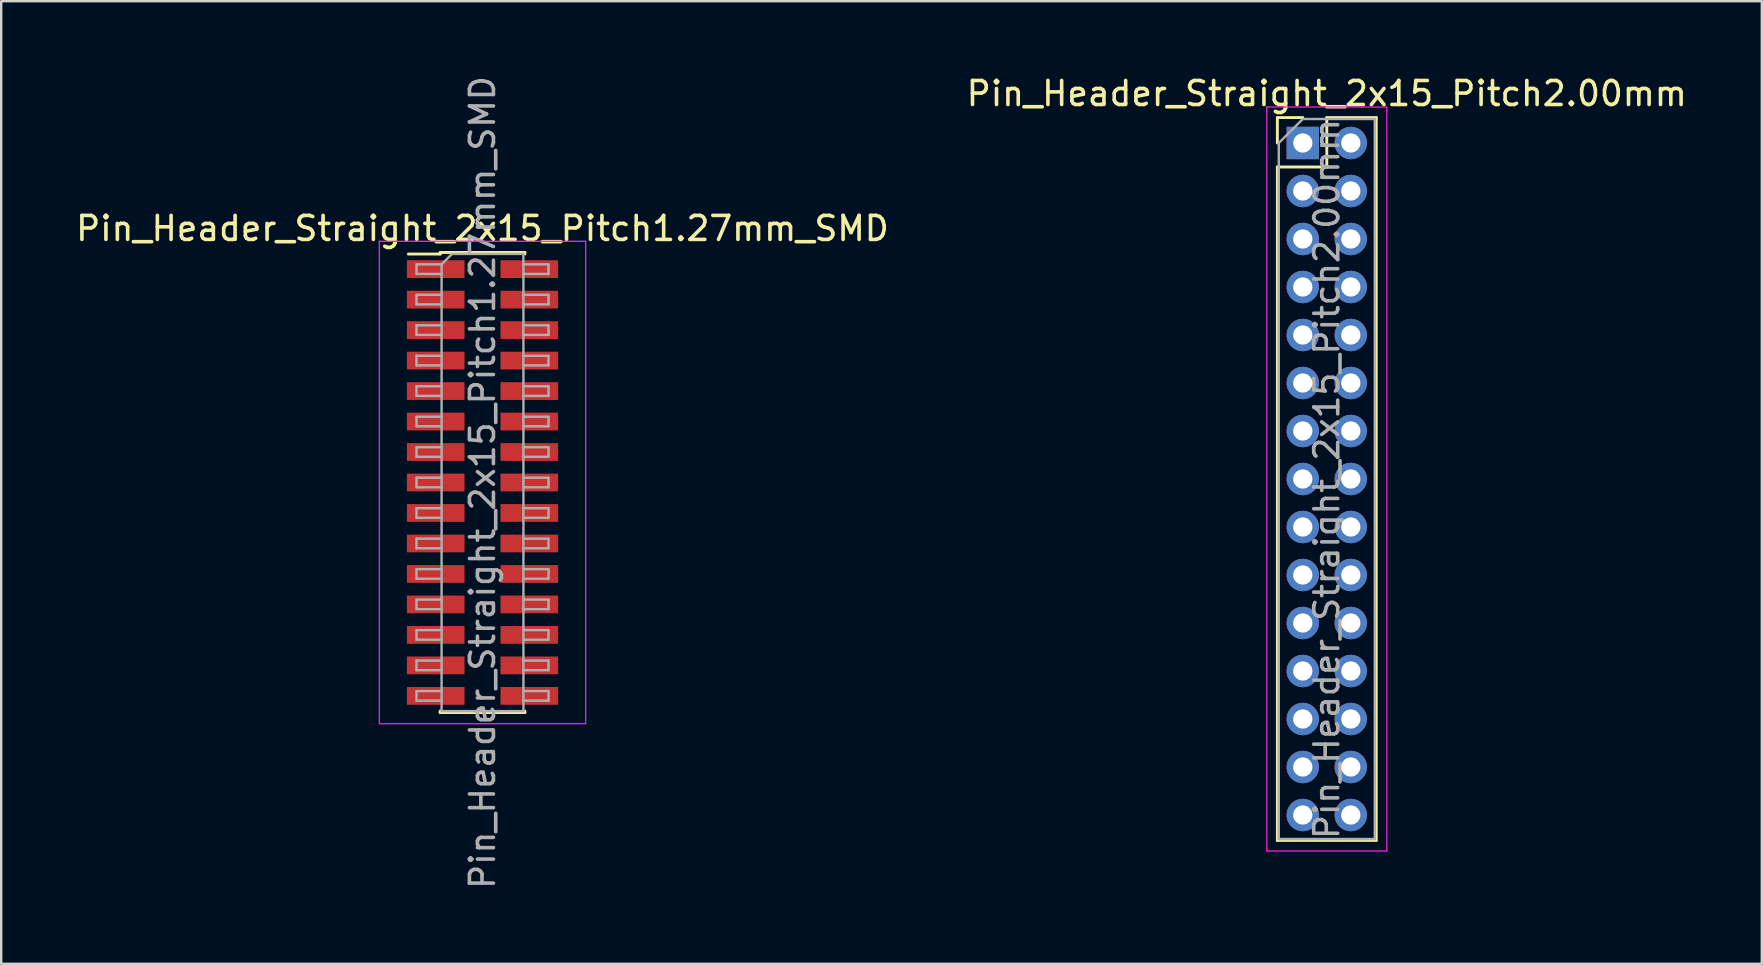
<source format=kicad_pcb>
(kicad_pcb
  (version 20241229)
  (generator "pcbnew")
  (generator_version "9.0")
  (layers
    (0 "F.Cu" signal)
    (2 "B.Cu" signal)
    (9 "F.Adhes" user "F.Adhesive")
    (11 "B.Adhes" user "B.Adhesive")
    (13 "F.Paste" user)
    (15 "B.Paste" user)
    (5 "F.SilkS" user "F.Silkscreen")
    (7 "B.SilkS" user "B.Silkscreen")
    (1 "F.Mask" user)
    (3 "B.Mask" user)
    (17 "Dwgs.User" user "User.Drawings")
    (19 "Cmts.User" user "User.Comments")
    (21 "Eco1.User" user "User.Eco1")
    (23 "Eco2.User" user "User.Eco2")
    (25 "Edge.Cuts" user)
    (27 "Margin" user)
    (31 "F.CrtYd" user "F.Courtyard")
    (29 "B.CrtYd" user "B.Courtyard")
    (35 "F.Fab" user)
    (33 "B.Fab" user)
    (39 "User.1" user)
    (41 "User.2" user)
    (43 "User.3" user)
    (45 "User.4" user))
  (footprint "Pin_Header_Straight_2x15_Pitch1.27mm_SMD"
    (layer "F.Cu")
    (at 17.054 17.054)
    (property "Reference" "Pin_Header_Straight_2x15_Pitch1.27mm_SMD" (at 0 -10.585 0) (layer "F.SilkS") (effects (font (size 1 1) (thickness 0.15))))
    (attr smd)
    (fp_line (start -3.09 -9.52) (end -1.765 -9.52) (stroke (width 0.12) (type solid)) (layer "F.SilkS"))
    (fp_line (start -1.765 -9.585) (end -1.765 -9.52) (stroke (width 0.12) (type solid)) (layer "F.SilkS"))
    (fp_line (start -1.765 -9.585) (end 1.765 -9.585) (stroke (width 0.12) (type solid)) (layer "F.SilkS"))
    (fp_line (start -1.765 9.52) (end -1.765 9.585) (stroke (width 0.12) (type solid)) (layer "F.SilkS"))
    (fp_line (start -1.765 9.585) (end 1.765 9.585) (stroke (width 0.12) (type solid)) (layer "F.SilkS"))
    (fp_line (start 1.765 -9.585) (end 1.765 -9.52) (stroke (width 0.12) (type solid)) (layer "F.SilkS"))
    (fp_line (start 1.765 9.52) (end 1.765 9.585) (stroke (width 0.12) (type solid)) (layer "F.SilkS"))
    (fp_line (start -4.3 -10.05) (end -4.3 10.05) (stroke (width 0.05) (type solid)) (layer "F.CrtYd"))
    (fp_line (start -4.3 10.05) (end 4.3 10.05) (stroke (width 0.05) (type solid)) (layer "F.CrtYd"))
    (fp_line (start 4.3 -10.05) (end -4.3 -10.05) (stroke (width 0.05) (type solid)) (layer "F.CrtYd"))
    (fp_line (start 4.3 10.05) (end 4.3 -10.05) (stroke (width 0.05) (type solid)) (layer "F.CrtYd"))
    (fp_line (start -2.75 -9.09) (end -2.75 -8.69) (stroke (width 0.1) (type solid)) (layer "F.Fab"))
    (fp_line (start -2.75 -8.69) (end -1.705 -8.69) (stroke (width 0.1) (type solid)) (layer "F.Fab"))
    (fp_line (start -2.75 -7.82) (end -2.75 -7.42) (stroke (width 0.1) (type solid)) (layer "F.Fab"))
    (fp_line (start -2.75 -7.42) (end -1.705 -7.42) (stroke (width 0.1) (type solid)) (layer "F.Fab"))
    (fp_line (start -2.75 -6.55) (end -2.75 -6.15) (stroke (width 0.1) (type solid)) (layer "F.Fab"))
    (fp_line (start -2.75 -6.15) (end -1.705 -6.15) (stroke (width 0.1) (type solid)) (layer "F.Fab"))
    (fp_line (start -2.75 -5.28) (end -2.75 -4.88) (stroke (width 0.1) (type solid)) (layer "F.Fab"))
    (fp_line (start -2.75 -4.88) (end -1.705 -4.88) (stroke (width 0.1) (type solid)) (layer "F.Fab"))
    (fp_line (start -2.75 -4.01) (end -2.75 -3.61) (stroke (width 0.1) (type solid)) (layer "F.Fab"))
    (fp_line (start -2.75 -3.61) (end -1.705 -3.61) (stroke (width 0.1) (type solid)) (layer "F.Fab"))
    (fp_line (start -2.75 -2.74) (end -2.75 -2.34) (stroke (width 0.1) (type solid)) (layer "F.Fab"))
    (fp_line (start -2.75 -2.34) (end -1.705 -2.34) (stroke (width 0.1) (type solid)) (layer "F.Fab"))
    (fp_line (start -2.75 -1.47) (end -2.75 -1.07) (stroke (width 0.1) (type solid)) (layer "F.Fab"))
    (fp_line (start -2.75 -1.07) (end -1.705 -1.07) (stroke (width 0.1) (type solid)) (layer "F.Fab"))
    (fp_line (start -2.75 -0.2) (end -2.75 0.2) (stroke (width 0.1) (type solid)) (layer "F.Fab"))
    (fp_line (start -2.75 0.2) (end -1.705 0.2) (stroke (width 0.1) (type solid)) (layer "F.Fab"))
    (fp_line (start -2.75 1.07) (end -2.75 1.47) (stroke (width 0.1) (type solid)) (layer "F.Fab"))
    (fp_line (start -2.75 1.47) (end -1.705 1.47) (stroke (width 0.1) (type solid)) (layer "F.Fab"))
    (fp_line (start -2.75 2.34) (end -2.75 2.74) (stroke (width 0.1) (type solid)) (layer "F.Fab"))
    (fp_line (start -2.75 2.74) (end -1.705 2.74) (stroke (width 0.1) (type solid)) (layer "F.Fab"))
    (fp_line (start -2.75 3.61) (end -2.75 4.01) (stroke (width 0.1) (type solid)) (layer "F.Fab"))
    (fp_line (start -2.75 4.01) (end -1.705 4.01) (stroke (width 0.1) (type solid)) (layer "F.Fab"))
    (fp_line (start -2.75 4.88) (end -2.75 5.28) (stroke (width 0.1) (type solid)) (layer "F.Fab"))
    (fp_line (start -2.75 5.28) (end -1.705 5.28) (stroke (width 0.1) (type solid)) (layer "F.Fab"))
    (fp_line (start -2.75 6.15) (end -2.75 6.55) (stroke (width 0.1) (type solid)) (layer "F.Fab"))
    (fp_line (start -2.75 6.55) (end -1.705 6.55) (stroke (width 0.1) (type solid)) (layer "F.Fab"))
    (fp_line (start -2.75 7.42) (end -2.75 7.82) (stroke (width 0.1) (type solid)) (layer "F.Fab"))
    (fp_line (start -2.75 7.82) (end -1.705 7.82) (stroke (width 0.1) (type solid)) (layer "F.Fab"))
    (fp_line (start -2.75 8.69) (end -2.75 9.09) (stroke (width 0.1) (type solid)) (layer "F.Fab"))
    (fp_line (start -2.75 9.09) (end -1.705 9.09) (stroke (width 0.1) (type solid)) (layer "F.Fab"))
    (fp_line (start -1.705 -9.09) (end -2.75 -9.09) (stroke (width 0.1) (type solid)) (layer "F.Fab"))
    (fp_line (start -1.705 -9.09) (end -1.27 -9.525) (stroke (width 0.1) (type solid)) (layer "F.Fab"))
    (fp_line (start -1.705 -7.82) (end -2.75 -7.82) (stroke (width 0.1) (type solid)) (layer "F.Fab"))
    (fp_line (start -1.705 -6.55) (end -2.75 -6.55) (stroke (width 0.1) (type solid)) (layer "F.Fab"))
    (fp_line (start -1.705 -5.28) (end -2.75 -5.28) (stroke (width 0.1) (type solid)) (layer "F.Fab"))
    (fp_line (start -1.705 -4.01) (end -2.75 -4.01) (stroke (width 0.1) (type solid)) (layer "F.Fab"))
    (fp_line (start -1.705 -2.74) (end -2.75 -2.74) (stroke (width 0.1) (type solid)) (layer "F.Fab"))
    (fp_line (start -1.705 -1.47) (end -2.75 -1.47) (stroke (width 0.1) (type solid)) (layer "F.Fab"))
    (fp_line (start -1.705 -0.2) (end -2.75 -0.2) (stroke (width 0.1) (type solid)) (layer "F.Fab"))
    (fp_line (start -1.705 1.07) (end -2.75 1.07) (stroke (width 0.1) (type solid)) (layer "F.Fab"))
    (fp_line (start -1.705 2.34) (end -2.75 2.34) (stroke (width 0.1) (type solid)) (layer "F.Fab"))
    (fp_line (start -1.705 3.61) (end -2.75 3.61) (stroke (width 0.1) (type solid)) (layer "F.Fab"))
    (fp_line (start -1.705 4.88) (end -2.75 4.88) (stroke (width 0.1) (type solid)) (layer "F.Fab"))
    (fp_line (start -1.705 6.15) (end -2.75 6.15) (stroke (width 0.1) (type solid)) (layer "F.Fab"))
    (fp_line (start -1.705 7.42) (end -2.75 7.42) (stroke (width 0.1) (type solid)) (layer "F.Fab"))
    (fp_line (start -1.705 8.69) (end -2.75 8.69) (stroke (width 0.1) (type solid)) (layer "F.Fab"))
    (fp_line (start -1.705 9.525) (end -1.705 -9.09) (stroke (width 0.1) (type solid)) (layer "F.Fab"))
    (fp_line (start -1.27 -9.525) (end 1.705 -9.525) (stroke (width 0.1) (type solid)) (layer "F.Fab"))
    (fp_line (start 1.705 -9.525) (end 1.705 9.525) (stroke (width 0.1) (type solid)) (layer "F.Fab"))
    (fp_line (start 1.705 -9.09) (end 2.75 -9.09) (stroke (width 0.1) (type solid)) (layer "F.Fab"))
    (fp_line (start 1.705 -7.82) (end 2.75 -7.82) (stroke (width 0.1) (type solid)) (layer "F.Fab"))
    (fp_line (start 1.705 -6.55) (end 2.75 -6.55) (stroke (width 0.1) (type solid)) (layer "F.Fab"))
    (fp_line (start 1.705 -5.28) (end 2.75 -5.28) (stroke (width 0.1) (type solid)) (layer "F.Fab"))
    (fp_line (start 1.705 -4.01) (end 2.75 -4.01) (stroke (width 0.1) (type solid)) (layer "F.Fab"))
    (fp_line (start 1.705 -2.74) (end 2.75 -2.74) (stroke (width 0.1) (type solid)) (layer "F.Fab"))
    (fp_line (start 1.705 -1.47) (end 2.75 -1.47) (stroke (width 0.1) (type solid)) (layer "F.Fab"))
    (fp_line (start 1.705 -0.2) (end 2.75 -0.2) (stroke (width 0.1) (type solid)) (layer "F.Fab"))
    (fp_line (start 1.705 1.07) (end 2.75 1.07) (stroke (width 0.1) (type solid)) (layer "F.Fab"))
    (fp_line (start 1.705 2.34) (end 2.75 2.34) (stroke (width 0.1) (type solid)) (layer "F.Fab"))
    (fp_line (start 1.705 3.61) (end 2.75 3.61) (stroke (width 0.1) (type solid)) (layer "F.Fab"))
    (fp_line (start 1.705 4.88) (end 2.75 4.88) (stroke (width 0.1) (type solid)) (layer "F.Fab"))
    (fp_line (start 1.705 6.15) (end 2.75 6.15) (stroke (width 0.1) (type solid)) (layer "F.Fab"))
    (fp_line (start 1.705 7.42) (end 2.75 7.42) (stroke (width 0.1) (type solid)) (layer "F.Fab"))
    (fp_line (start 1.705 8.69) (end 2.75 8.69) (stroke (width 0.1) (type solid)) (layer "F.Fab"))
    (fp_line (start 1.705 9.525) (end -1.705 9.525) (stroke (width 0.1) (type solid)) (layer "F.Fab"))
    (fp_line (start 2.75 -9.09) (end 2.75 -8.69) (stroke (width 0.1) (type solid)) (layer "F.Fab"))
    (fp_line (start 2.75 -8.69) (end 1.705 -8.69) (stroke (width 0.1) (type solid)) (layer "F.Fab"))
    (fp_line (start 2.75 -7.82) (end 2.75 -7.42) (stroke (width 0.1) (type solid)) (layer "F.Fab"))
    (fp_line (start 2.75 -7.42) (end 1.705 -7.42) (stroke (width 0.1) (type solid)) (layer "F.Fab"))
    (fp_line (start 2.75 -6.55) (end 2.75 -6.15) (stroke (width 0.1) (type solid)) (layer "F.Fab"))
    (fp_line (start 2.75 -6.15) (end 1.705 -6.15) (stroke (width 0.1) (type solid)) (layer "F.Fab"))
    (fp_line (start 2.75 -5.28) (end 2.75 -4.88) (stroke (width 0.1) (type solid)) (layer "F.Fab"))
    (fp_line (start 2.75 -4.88) (end 1.705 -4.88) (stroke (width 0.1) (type solid)) (layer "F.Fab"))
    (fp_line (start 2.75 -4.01) (end 2.75 -3.61) (stroke (width 0.1) (type solid)) (layer "F.Fab"))
    (fp_line (start 2.75 -3.61) (end 1.705 -3.61) (stroke (width 0.1) (type solid)) (layer "F.Fab"))
    (fp_line (start 2.75 -2.74) (end 2.75 -2.34) (stroke (width 0.1) (type solid)) (layer "F.Fab"))
    (fp_line (start 2.75 -2.34) (end 1.705 -2.34) (stroke (width 0.1) (type solid)) (layer "F.Fab"))
    (fp_line (start 2.75 -1.47) (end 2.75 -1.07) (stroke (width 0.1) (type solid)) (layer "F.Fab"))
    (fp_line (start 2.75 -1.07) (end 1.705 -1.07) (stroke (width 0.1) (type solid)) (layer "F.Fab"))
    (fp_line (start 2.75 -0.2) (end 2.75 0.2) (stroke (width 0.1) (type solid)) (layer "F.Fab"))
    (fp_line (start 2.75 0.2) (end 1.705 0.2) (stroke (width 0.1) (type solid)) (layer "F.Fab"))
    (fp_line (start 2.75 1.07) (end 2.75 1.47) (stroke (width 0.1) (type solid)) (layer "F.Fab"))
    (fp_line (start 2.75 1.47) (end 1.705 1.47) (stroke (width 0.1) (type solid)) (layer "F.Fab"))
    (fp_line (start 2.75 2.34) (end 2.75 2.74) (stroke (width 0.1) (type solid)) (layer "F.Fab"))
    (fp_line (start 2.75 2.74) (end 1.705 2.74) (stroke (width 0.1) (type solid)) (layer "F.Fab"))
    (fp_line (start 2.75 3.61) (end 2.75 4.01) (stroke (width 0.1) (type solid)) (layer "F.Fab"))
    (fp_line (start 2.75 4.01) (end 1.705 4.01) (stroke (width 0.1) (type solid)) (layer "F.Fab"))
    (fp_line (start 2.75 4.88) (end 2.75 5.28) (stroke (width 0.1) (type solid)) (layer "F.Fab"))
    (fp_line (start 2.75 5.28) (end 1.705 5.28) (stroke (width 0.1) (type solid)) (layer "F.Fab"))
    (fp_line (start 2.75 6.15) (end 2.75 6.55) (stroke (width 0.1) (type solid)) (layer "F.Fab"))
    (fp_line (start 2.75 6.55) (end 1.705 6.55) (stroke (width 0.1) (type solid)) (layer "F.Fab"))
    (fp_line (start 2.75 7.42) (end 2.75 7.82) (stroke (width 0.1) (type solid)) (layer "F.Fab"))
    (fp_line (start 2.75 7.82) (end 1.705 7.82) (stroke (width 0.1) (type solid)) (layer "F.Fab"))
    (fp_line (start 2.75 8.69) (end 2.75 9.09) (stroke (width 0.1) (type solid)) (layer "F.Fab"))
    (fp_line (start 2.75 9.09) (end 1.705 9.09) (stroke (width 0.1) (type solid)) (layer "F.Fab"))
    (fp_text user "${REFERENCE}" (at 0 0 90) (layer "F.Fab") (effects (font (size 1 1) (thickness 0.15))))
    (pad "1" smd rect (at -1.95 -8.89) (size 2.4 0.74) (layers "F.Cu" "F.Mask" "F.Paste"))
    (pad "2" smd rect (at 1.95 -8.89) (size 2.4 0.74) (layers "F.Cu" "F.Mask" "F.Paste"))
    (pad "3" smd rect (at -1.95 -7.62) (size 2.4 0.74) (layers "F.Cu" "F.Mask" "F.Paste"))
    (pad "4" smd rect (at 1.95 -7.62) (size 2.4 0.74) (layers "F.Cu" "F.Mask" "F.Paste"))
    (pad "5" smd rect (at -1.95 -6.35) (size 2.4 0.74) (layers "F.Cu" "F.Mask" "F.Paste"))
    (pad "6" smd rect (at 1.95 -6.35) (size 2.4 0.74) (layers "F.Cu" "F.Mask" "F.Paste"))
    (pad "7" smd rect (at -1.95 -5.08) (size 2.4 0.74) (layers "F.Cu" "F.Mask" "F.Paste"))
    (pad "8" smd rect (at 1.95 -5.08) (size 2.4 0.74) (layers "F.Cu" "F.Mask" "F.Paste"))
    (pad "9" smd rect (at -1.95 -3.81) (size 2.4 0.74) (layers "F.Cu" "F.Mask" "F.Paste"))
    (pad "10" smd rect (at 1.95 -3.81) (size 2.4 0.74) (layers "F.Cu" "F.Mask" "F.Paste"))
    (pad "11" smd rect (at -1.95 -2.54) (size 2.4 0.74) (layers "F.Cu" "F.Mask" "F.Paste"))
    (pad "12" smd rect (at 1.95 -2.54) (size 2.4 0.74) (layers "F.Cu" "F.Mask" "F.Paste"))
    (pad "13" smd rect (at -1.95 -1.27) (size 2.4 0.74) (layers "F.Cu" "F.Mask" "F.Paste"))
    (pad "14" smd rect (at 1.95 -1.27) (size 2.4 0.74) (layers "F.Cu" "F.Mask" "F.Paste"))
    (pad "15" smd rect (at -1.95 0) (size 2.4 0.74) (layers "F.Cu" "F.Mask" "F.Paste"))
    (pad "16" smd rect (at 1.95 0) (size 2.4 0.74) (layers "F.Cu" "F.Mask" "F.Paste"))
    (pad "17" smd rect (at -1.95 1.27) (size 2.4 0.74) (layers "F.Cu" "F.Mask" "F.Paste"))
    (pad "18" smd rect (at 1.95 1.27) (size 2.4 0.74) (layers "F.Cu" "F.Mask" "F.Paste"))
    (pad "19" smd rect (at -1.95 2.54) (size 2.4 0.74) (layers "F.Cu" "F.Mask" "F.Paste"))
    (pad "20" smd rect (at 1.95 2.54) (size 2.4 0.74) (layers "F.Cu" "F.Mask" "F.Paste"))
    (pad "21" smd rect (at -1.95 3.81) (size 2.4 0.74) (layers "F.Cu" "F.Mask" "F.Paste"))
    (pad "22" smd rect (at 1.95 3.81) (size 2.4 0.74) (layers "F.Cu" "F.Mask" "F.Paste"))
    (pad "23" smd rect (at -1.95 5.08) (size 2.4 0.74) (layers "F.Cu" "F.Mask" "F.Paste"))
    (pad "24" smd rect (at 1.95 5.08) (size 2.4 0.74) (layers "F.Cu" "F.Mask" "F.Paste"))
    (pad "25" smd rect (at -1.95 6.35) (size 2.4 0.74) (layers "F.Cu" "F.Mask" "F.Paste"))
    (pad "26" smd rect (at 1.95 6.35) (size 2.4 0.74) (layers "F.Cu" "F.Mask" "F.Paste"))
    (pad "27" smd rect (at -1.95 7.62) (size 2.4 0.74) (layers "F.Cu" "F.Mask" "F.Paste"))
    (pad "28" smd rect (at 1.95 7.62) (size 2.4 0.74) (layers "F.Cu" "F.Mask" "F.Paste"))
    (pad "29" smd rect (at -1.95 8.89) (size 2.4 0.74) (layers "F.Cu" "F.Mask" "F.Paste"))
    (pad "30" smd rect (at 1.95 8.89) (size 2.4 0.74) (layers "F.Cu" "F.Mask" "F.Paste")))
  (footprint "Pin_Header_Straight_2x15_Pitch2.00mm"
    (layer "F.Cu")
    (at 51.232 2.908)
    (property "Reference" "Pin_Header_Straight_2x15_Pitch2.00mm" (at 1 -2.06 0) (layer "F.SilkS") (effects (font (size 1 1) (thickness 0.15))))
    (attr through_hole)
    (fp_line (start -1.06 -1.06) (end 0 -1.06) (stroke (width 0.12) (type solid)) (layer "F.SilkS"))
    (fp_line (start -1.06 0) (end -1.06 -1.06) (stroke (width 0.12) (type solid)) (layer "F.SilkS"))
    (fp_line (start -1.06 1) (end -1.06 29.06) (stroke (width 0.12) (type solid)) (layer "F.SilkS"))
    (fp_line (start -1.06 1) (end 1 1) (stroke (width 0.12) (type solid)) (layer "F.SilkS"))
    (fp_line (start -1.06 29.06) (end 3.06 29.06) (stroke (width 0.12) (type solid)) (layer "F.SilkS"))
    (fp_line (start 1 -1.06) (end 3.06 -1.06) (stroke (width 0.12) (type solid)) (layer "F.SilkS"))
    (fp_line (start 1 1) (end 1 -1.06) (stroke (width 0.12) (type solid)) (layer "F.SilkS"))
    (fp_line (start 3.06 -1.06) (end 3.06 29.06) (stroke (width 0.12) (type solid)) (layer "F.SilkS"))
    (fp_line (start -1.5 -1.5) (end -1.5 29.5) (stroke (width 0.05) (type solid)) (layer "F.CrtYd"))
    (fp_line (start -1.5 29.5) (end 3.5 29.5) (stroke (width 0.05) (type solid)) (layer "F.CrtYd"))
    (fp_line (start 3.5 -1.5) (end -1.5 -1.5) (stroke (width 0.05) (type solid)) (layer "F.CrtYd"))
    (fp_line (start 3.5 29.5) (end 3.5 -1.5) (stroke (width 0.05) (type solid)) (layer "F.CrtYd"))
    (fp_line (start -1 0) (end 0 -1) (stroke (width 0.1) (type solid)) (layer "F.Fab"))
    (fp_line (start -1 29) (end -1 0) (stroke (width 0.1) (type solid)) (layer "F.Fab"))
    (fp_line (start 0 -1) (end 3 -1) (stroke (width 0.1) (type solid)) (layer "F.Fab"))
    (fp_line (start 3 -1) (end 3 29) (stroke (width 0.1) (type solid)) (layer "F.Fab"))
    (fp_line (start 3 29) (end -1 29) (stroke (width 0.1) (type solid)) (layer "F.Fab"))
    (fp_text user "${REFERENCE}" (at 1 14 90) (layer "F.Fab") (effects (font (size 1 1) (thickness 0.15))))
    (pad "1" thru_hole rect (at 0 0) (size 1.35 1.35) (drill 0.8) (layers "*.Cu" "*.Mask"))
    (pad "2" thru_hole oval (at 2 0) (size 1.35 1.35) (drill 0.8) (layers "*.Cu" "*.Mask"))
    (pad "3" thru_hole oval (at 0 2) (size 1.35 1.35) (drill 0.8) (layers "*.Cu" "*.Mask"))
    (pad "4" thru_hole oval (at 2 2) (size 1.35 1.35) (drill 0.8) (layers "*.Cu" "*.Mask"))
    (pad "5" thru_hole oval (at 0 4) (size 1.35 1.35) (drill 0.8) (layers "*.Cu" "*.Mask"))
    (pad "6" thru_hole oval (at 2 4) (size 1.35 1.35) (drill 0.8) (layers "*.Cu" "*.Mask"))
    (pad "7" thru_hole oval (at 0 6) (size 1.35 1.35) (drill 0.8) (layers "*.Cu" "*.Mask"))
    (pad "8" thru_hole oval (at 2 6) (size 1.35 1.35) (drill 0.8) (layers "*.Cu" "*.Mask"))
    (pad "9" thru_hole oval (at 0 8) (size 1.35 1.35) (drill 0.8) (layers "*.Cu" "*.Mask"))
    (pad "10" thru_hole oval (at 2 8) (size 1.35 1.35) (drill 0.8) (layers "*.Cu" "*.Mask"))
    (pad "11" thru_hole oval (at 0 10) (size 1.35 1.35) (drill 0.8) (layers "*.Cu" "*.Mask"))
    (pad "12" thru_hole oval (at 2 10) (size 1.35 1.35) (drill 0.8) (layers "*.Cu" "*.Mask"))
    (pad "13" thru_hole oval (at 0 12) (size 1.35 1.35) (drill 0.8) (layers "*.Cu" "*.Mask"))
    (pad "14" thru_hole oval (at 2 12) (size 1.35 1.35) (drill 0.8) (layers "*.Cu" "*.Mask"))
    (pad "15" thru_hole oval (at 0 14) (size 1.35 1.35) (drill 0.8) (layers "*.Cu" "*.Mask"))
    (pad "16" thru_hole oval (at 2 14) (size 1.35 1.35) (drill 0.8) (layers "*.Cu" "*.Mask"))
    (pad "17" thru_hole oval (at 0 16) (size 1.35 1.35) (drill 0.8) (layers "*.Cu" "*.Mask"))
    (pad "18" thru_hole oval (at 2 16) (size 1.35 1.35) (drill 0.8) (layers "*.Cu" "*.Mask"))
    (pad "19" thru_hole oval (at 0 18) (size 1.35 1.35) (drill 0.8) (layers "*.Cu" "*.Mask"))
    (pad "20" thru_hole oval (at 2 18) (size 1.35 1.35) (drill 0.8) (layers "*.Cu" "*.Mask"))
    (pad "21" thru_hole oval (at 0 20) (size 1.35 1.35) (drill 0.8) (layers "*.Cu" "*.Mask"))
    (pad "22" thru_hole oval (at 2 20) (size 1.35 1.35) (drill 0.8) (layers "*.Cu" "*.Mask"))
    (pad "23" thru_hole oval (at 0 22) (size 1.35 1.35) (drill 0.8) (layers "*.Cu" "*.Mask"))
    (pad "24" thru_hole oval (at 2 22) (size 1.35 1.35) (drill 0.8) (layers "*.Cu" "*.Mask"))
    (pad "25" thru_hole oval (at 0 24) (size 1.35 1.35) (drill 0.8) (layers "*.Cu" "*.Mask"))
    (pad "26" thru_hole oval (at 2 24) (size 1.35 1.35) (drill 0.8) (layers "*.Cu" "*.Mask"))
    (pad "27" thru_hole oval (at 0 26) (size 1.35 1.35) (drill 0.8) (layers "*.Cu" "*.Mask"))
    (pad "28" thru_hole oval (at 2 26) (size 1.35 1.35) (drill 0.8) (layers "*.Cu" "*.Mask"))
    (pad "29" thru_hole oval (at 0 28) (size 1.35 1.35) (drill 0.8) (layers "*.Cu" "*.Mask"))
    (pad "30" thru_hole oval (at 2 28) (size 1.35 1.35) (drill 0.8) (layers "*.Cu" "*.Mask")))
  (gr_rect
    (start -3 -3)
    (end 70.357 37.107)
    (stroke (width 0.1) (type default))
    (fill no)
    (layer "Edge.Cuts")))
</source>
